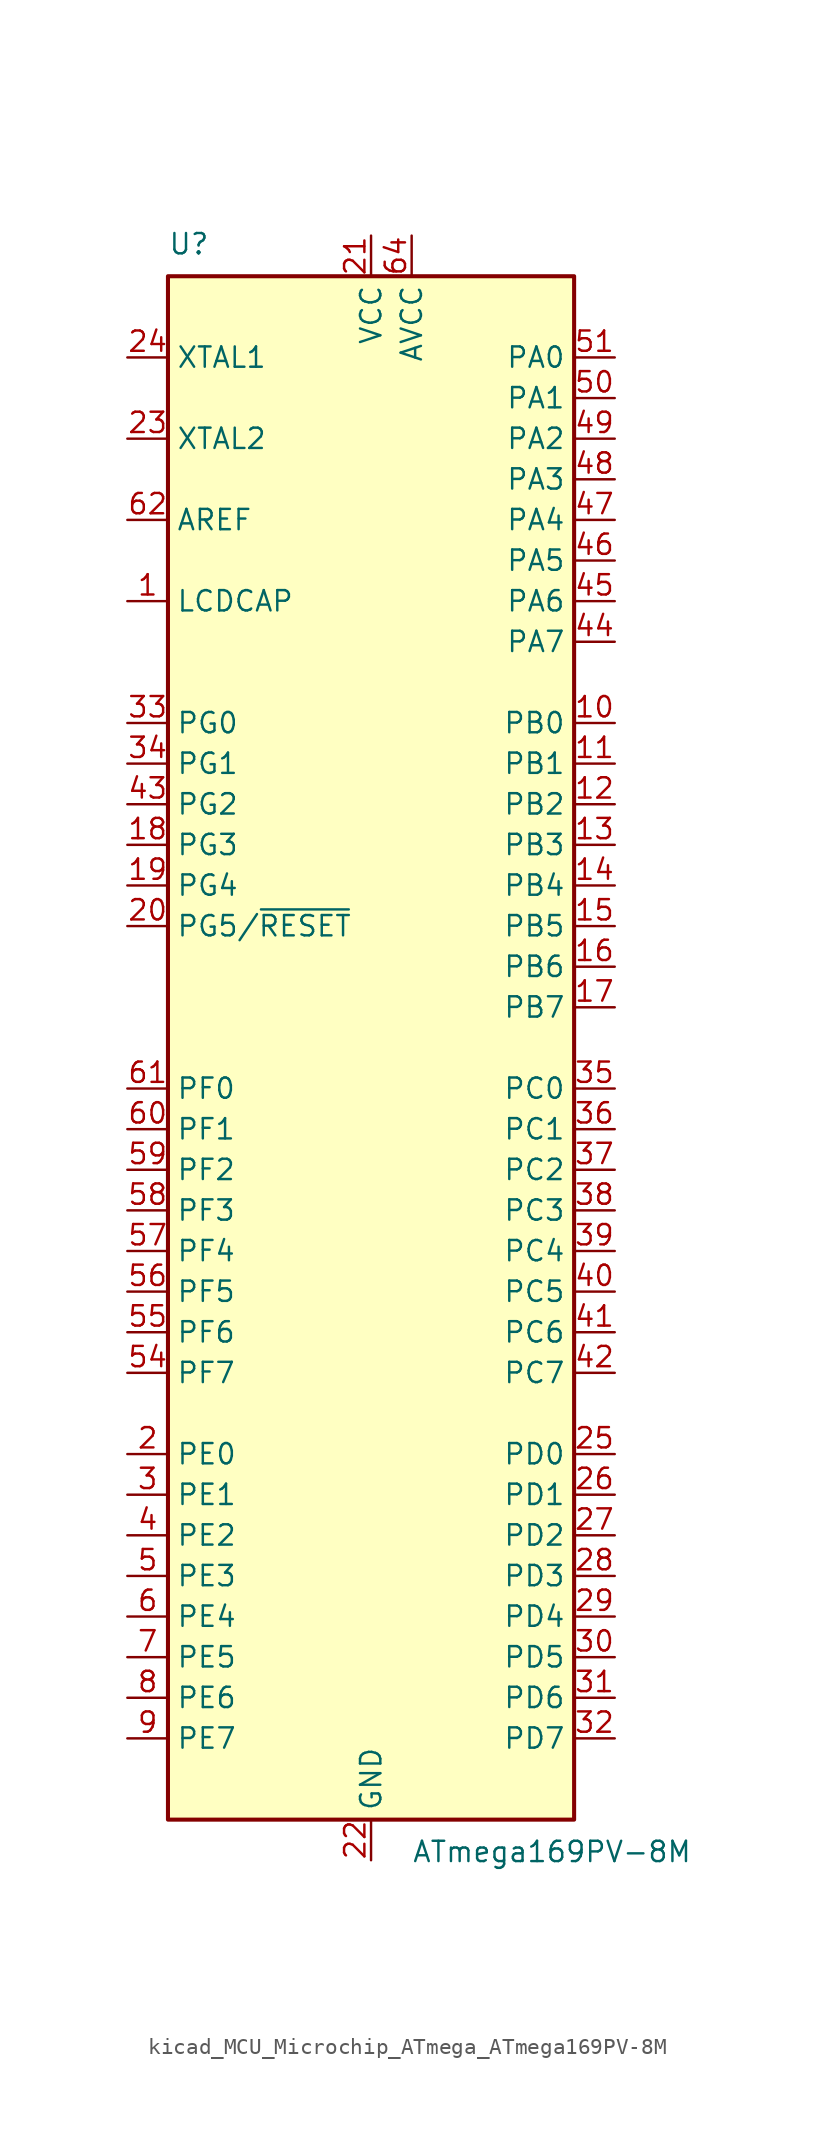
<source format=kicad_sym>
(kicad_symbol_lib
  (version 20220914)
  (generator kicad_symbol_editor)
  (symbol "kicad_MCU_Microchip_ATmega_ATmega169PV-8M"
    (property "Reference" "U"
      (at -12.7 49.53 0)
      (effects (font (size 1.27 1.27)) (justify left bottom)))
    (property "Value" "ATmega169PV-8M"
      (at 2.54 -49.53 0)
      (effects (font (size 1.27 1.27)) (justify left top)))
    (symbol "kicad_MCU_Microchip_ATmega_ATmega169PV-8M_0_1"
      (rectangle (start -12.7 -48.26) (end 12.7 48.26) (stroke (width 0.254) (type default)) (fill (type background))))
    (symbol "kicad_MCU_Microchip_ATmega_ATmega169PV-8M_1_1"
      (pin passive line (at -15.24 27.94 0) (length 2.54) (name "LCDCAP" (effects (font (size 1.27 1.27)))) (number "1" (effects (font (size 1.27 1.27)))))
      (pin bidirectional line (at 15.24 20.32 180) (length 2.54) (name "PB0" (effects (font (size 1.27 1.27)))) (number "10" (effects (font (size 1.27 1.27)))))
      (pin bidirectional line (at 15.24 17.78 180) (length 2.54) (name "PB1" (effects (font (size 1.27 1.27)))) (number "11" (effects (font (size 1.27 1.27)))))
      (pin bidirectional line (at 15.24 15.24 180) (length 2.54) (name "PB2" (effects (font (size 1.27 1.27)))) (number "12" (effects (font (size 1.27 1.27)))))
      (pin bidirectional line (at 15.24 12.7 180) (length 2.54) (name "PB3" (effects (font (size 1.27 1.27)))) (number "13" (effects (font (size 1.27 1.27)))))
      (pin bidirectional line (at 15.24 10.16 180) (length 2.54) (name "PB4" (effects (font (size 1.27 1.27)))) (number "14" (effects (font (size 1.27 1.27)))))
      (pin bidirectional line (at 15.24 7.62 180) (length 2.54) (name "PB5" (effects (font (size 1.27 1.27)))) (number "15" (effects (font (size 1.27 1.27)))))
      (pin bidirectional line (at 15.24 5.08 180) (length 2.54) (name "PB6" (effects (font (size 1.27 1.27)))) (number "16" (effects (font (size 1.27 1.27)))))
      (pin bidirectional line (at 15.24 2.54 180) (length 2.54) (name "PB7" (effects (font (size 1.27 1.27)))) (number "17" (effects (font (size 1.27 1.27)))))
      (pin bidirectional line (at -15.24 12.7 0) (length 2.54) (name "PG3" (effects (font (size 1.27 1.27)))) (number "18" (effects (font (size 1.27 1.27)))))
      (pin bidirectional line (at -15.24 10.16 0) (length 2.54) (name "PG4" (effects (font (size 1.27 1.27)))) (number "19" (effects (font (size 1.27 1.27)))))
      (pin bidirectional line (at -15.24 -25.4 0) (length 2.54) (name "PE0" (effects (font (size 1.27 1.27)))) (number "2" (effects (font (size 1.27 1.27)))))
      (pin bidirectional line (at -15.24 7.62 0) (length 2.54) (name "PG5/~{RESET}" (effects (font (size 1.27 1.27)))) (number "20" (effects (font (size 1.27 1.27)))))
      (pin power_in line (at 0 50.8 270) (length 2.54) (name "VCC" (effects (font (size 1.27 1.27)))) (number "21" (effects (font (size 1.27 1.27)))))
      (pin power_in line (at 0 -50.8 90) (length 2.54) (name "GND" (effects (font (size 1.27 1.27)))) (number "22" (effects (font (size 1.27 1.27)))))
      (pin output line (at -15.24 38.1 0) (length 2.54) (name "XTAL2" (effects (font (size 1.27 1.27)))) (number "23" (effects (font (size 1.27 1.27)))))
      (pin input line (at -15.24 43.18 0) (length 2.54) (name "XTAL1" (effects (font (size 1.27 1.27)))) (number "24" (effects (font (size 1.27 1.27)))))
      (pin bidirectional line (at 15.24 -25.4 180) (length 2.54) (name "PD0" (effects (font (size 1.27 1.27)))) (number "25" (effects (font (size 1.27 1.27)))))
      (pin bidirectional line (at 15.24 -27.94 180) (length 2.54) (name "PD1" (effects (font (size 1.27 1.27)))) (number "26" (effects (font (size 1.27 1.27)))))
      (pin bidirectional line (at 15.24 -30.48 180) (length 2.54) (name "PD2" (effects (font (size 1.27 1.27)))) (number "27" (effects (font (size 1.27 1.27)))))
      (pin bidirectional line (at 15.24 -33.02 180) (length 2.54) (name "PD3" (effects (font (size 1.27 1.27)))) (number "28" (effects (font (size 1.27 1.27)))))
      (pin bidirectional line (at 15.24 -35.56 180) (length 2.54) (name "PD4" (effects (font (size 1.27 1.27)))) (number "29" (effects (font (size 1.27 1.27)))))
      (pin bidirectional line (at -15.24 -27.94 0) (length 2.54) (name "PE1" (effects (font (size 1.27 1.27)))) (number "3" (effects (font (size 1.27 1.27)))))
      (pin bidirectional line (at 15.24 -38.1 180) (length 2.54) (name "PD5" (effects (font (size 1.27 1.27)))) (number "30" (effects (font (size 1.27 1.27)))))
      (pin bidirectional line (at 15.24 -40.64 180) (length 2.54) (name "PD6" (effects (font (size 1.27 1.27)))) (number "31" (effects (font (size 1.27 1.27)))))
      (pin bidirectional line (at 15.24 -43.18 180) (length 2.54) (name "PD7" (effects (font (size 1.27 1.27)))) (number "32" (effects (font (size 1.27 1.27)))))
      (pin bidirectional line (at -15.24 20.32 0) (length 2.54) (name "PG0" (effects (font (size 1.27 1.27)))) (number "33" (effects (font (size 1.27 1.27)))))
      (pin bidirectional line (at -15.24 17.78 0) (length 2.54) (name "PG1" (effects (font (size 1.27 1.27)))) (number "34" (effects (font (size 1.27 1.27)))))
      (pin bidirectional line (at 15.24 -2.54 180) (length 2.54) (name "PC0" (effects (font (size 1.27 1.27)))) (number "35" (effects (font (size 1.27 1.27)))))
      (pin bidirectional line (at 15.24 -5.08 180) (length 2.54) (name "PC1" (effects (font (size 1.27 1.27)))) (number "36" (effects (font (size 1.27 1.27)))))
      (pin bidirectional line (at 15.24 -7.62 180) (length 2.54) (name "PC2" (effects (font (size 1.27 1.27)))) (number "37" (effects (font (size 1.27 1.27)))))
      (pin bidirectional line (at 15.24 -10.16 180) (length 2.54) (name "PC3" (effects (font (size 1.27 1.27)))) (number "38" (effects (font (size 1.27 1.27)))))
      (pin bidirectional line (at 15.24 -12.7 180) (length 2.54) (name "PC4" (effects (font (size 1.27 1.27)))) (number "39" (effects (font (size 1.27 1.27)))))
      (pin bidirectional line (at -15.24 -30.48 0) (length 2.54) (name "PE2" (effects (font (size 1.27 1.27)))) (number "4" (effects (font (size 1.27 1.27)))))
      (pin bidirectional line (at 15.24 -15.24 180) (length 2.54) (name "PC5" (effects (font (size 1.27 1.27)))) (number "40" (effects (font (size 1.27 1.27)))))
      (pin bidirectional line (at 15.24 -17.78 180) (length 2.54) (name "PC6" (effects (font (size 1.27 1.27)))) (number "41" (effects (font (size 1.27 1.27)))))
      (pin bidirectional line (at 15.24 -20.32 180) (length 2.54) (name "PC7" (effects (font (size 1.27 1.27)))) (number "42" (effects (font (size 1.27 1.27)))))
      (pin bidirectional line (at -15.24 15.24 0) (length 2.54) (name "PG2" (effects (font (size 1.27 1.27)))) (number "43" (effects (font (size 1.27 1.27)))))
      (pin bidirectional line (at 15.24 25.4 180) (length 2.54) (name "PA7" (effects (font (size 1.27 1.27)))) (number "44" (effects (font (size 1.27 1.27)))))
      (pin bidirectional line (at 15.24 27.94 180) (length 2.54) (name "PA6" (effects (font (size 1.27 1.27)))) (number "45" (effects (font (size 1.27 1.27)))))
      (pin bidirectional line (at 15.24 30.48 180) (length 2.54) (name "PA5" (effects (font (size 1.27 1.27)))) (number "46" (effects (font (size 1.27 1.27)))))
      (pin bidirectional line (at 15.24 33.02 180) (length 2.54) (name "PA4" (effects (font (size 1.27 1.27)))) (number "47" (effects (font (size 1.27 1.27)))))
      (pin bidirectional line (at 15.24 35.56 180) (length 2.54) (name "PA3" (effects (font (size 1.27 1.27)))) (number "48" (effects (font (size 1.27 1.27)))))
      (pin bidirectional line (at 15.24 38.1 180) (length 2.54) (name "PA2" (effects (font (size 1.27 1.27)))) (number "49" (effects (font (size 1.27 1.27)))))
      (pin bidirectional line (at -15.24 -33.02 0) (length 2.54) (name "PE3" (effects (font (size 1.27 1.27)))) (number "5" (effects (font (size 1.27 1.27)))))
      (pin bidirectional line (at 15.24 40.64 180) (length 2.54) (name "PA1" (effects (font (size 1.27 1.27)))) (number "50" (effects (font (size 1.27 1.27)))))
      (pin bidirectional line (at 15.24 43.18 180) (length 2.54) (name "PA0" (effects (font (size 1.27 1.27)))) (number "51" (effects (font (size 1.27 1.27)))))
      (pin passive line (at 0 50.8 270) (length 2.54) hide (name "VCC" (effects (font (size 1.27 1.27)))) (number "52" (effects (font (size 1.27 1.27)))))
      (pin passive line (at 0 -50.8 90) (length 2.54) hide (name "GND" (effects (font (size 1.27 1.27)))) (number "53" (effects (font (size 1.27 1.27)))))
      (pin bidirectional line (at -15.24 -20.32 0) (length 2.54) (name "PF7" (effects (font (size 1.27 1.27)))) (number "54" (effects (font (size 1.27 1.27)))))
      (pin bidirectional line (at -15.24 -17.78 0) (length 2.54) (name "PF6" (effects (font (size 1.27 1.27)))) (number "55" (effects (font (size 1.27 1.27)))))
      (pin bidirectional line (at -15.24 -15.24 0) (length 2.54) (name "PF5" (effects (font (size 1.27 1.27)))) (number "56" (effects (font (size 1.27 1.27)))))
      (pin bidirectional line (at -15.24 -12.7 0) (length 2.54) (name "PF4" (effects (font (size 1.27 1.27)))) (number "57" (effects (font (size 1.27 1.27)))))
      (pin bidirectional line (at -15.24 -10.16 0) (length 2.54) (name "PF3" (effects (font (size 1.27 1.27)))) (number "58" (effects (font (size 1.27 1.27)))))
      (pin bidirectional line (at -15.24 -7.62 0) (length 2.54) (name "PF2" (effects (font (size 1.27 1.27)))) (number "59" (effects (font (size 1.27 1.27)))))
      (pin bidirectional line (at -15.24 -35.56 0) (length 2.54) (name "PE4" (effects (font (size 1.27 1.27)))) (number "6" (effects (font (size 1.27 1.27)))))
      (pin bidirectional line (at -15.24 -5.08 0) (length 2.54) (name "PF1" (effects (font (size 1.27 1.27)))) (number "60" (effects (font (size 1.27 1.27)))))
      (pin bidirectional line (at -15.24 -2.54 0) (length 2.54) (name "PF0" (effects (font (size 1.27 1.27)))) (number "61" (effects (font (size 1.27 1.27)))))
      (pin passive line (at -15.24 33.02 0) (length 2.54) (name "AREF" (effects (font (size 1.27 1.27)))) (number "62" (effects (font (size 1.27 1.27)))))
      (pin passive line (at 0 -50.8 90) (length 2.54) hide (name "GND" (effects (font (size 1.27 1.27)))) (number "63" (effects (font (size 1.27 1.27)))))
      (pin power_in line (at 2.54 50.8 270) (length 2.54) (name "AVCC" (effects (font (size 1.27 1.27)))) (number "64" (effects (font (size 1.27 1.27)))))
      (pin passive line (at 0 -50.8 90) (length 2.54) hide (name "GND" (effects (font (size 1.27 1.27)))) (number "65" (effects (font (size 1.27 1.27)))))
      (pin bidirectional line (at -15.24 -38.1 0) (length 2.54) (name "PE5" (effects (font (size 1.27 1.27)))) (number "7" (effects (font (size 1.27 1.27)))))
      (pin bidirectional line (at -15.24 -40.64 0) (length 2.54) (name "PE6" (effects (font (size 1.27 1.27)))) (number "8" (effects (font (size 1.27 1.27)))))
      (pin bidirectional line (at -15.24 -43.18 0) (length 2.54) (name "PE7" (effects (font (size 1.27 1.27)))) (number "9" (effects (font (size 1.27 1.27))))))))
</source>
